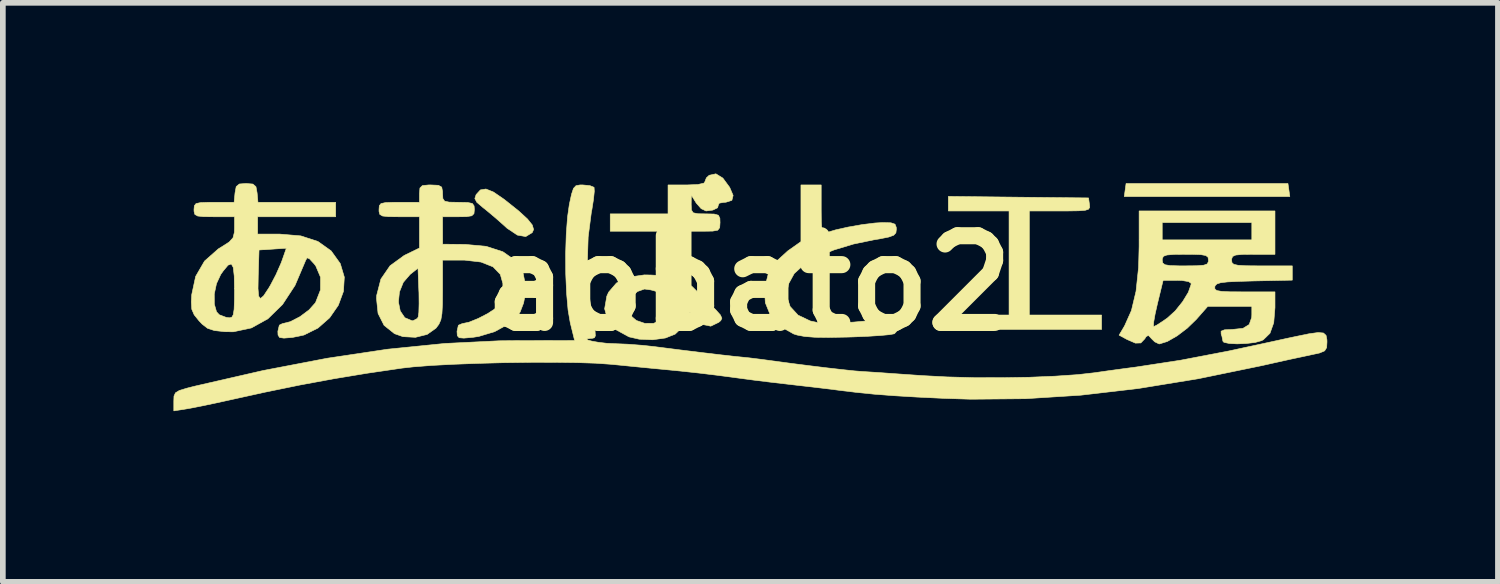
<source format=kicad_pcb>
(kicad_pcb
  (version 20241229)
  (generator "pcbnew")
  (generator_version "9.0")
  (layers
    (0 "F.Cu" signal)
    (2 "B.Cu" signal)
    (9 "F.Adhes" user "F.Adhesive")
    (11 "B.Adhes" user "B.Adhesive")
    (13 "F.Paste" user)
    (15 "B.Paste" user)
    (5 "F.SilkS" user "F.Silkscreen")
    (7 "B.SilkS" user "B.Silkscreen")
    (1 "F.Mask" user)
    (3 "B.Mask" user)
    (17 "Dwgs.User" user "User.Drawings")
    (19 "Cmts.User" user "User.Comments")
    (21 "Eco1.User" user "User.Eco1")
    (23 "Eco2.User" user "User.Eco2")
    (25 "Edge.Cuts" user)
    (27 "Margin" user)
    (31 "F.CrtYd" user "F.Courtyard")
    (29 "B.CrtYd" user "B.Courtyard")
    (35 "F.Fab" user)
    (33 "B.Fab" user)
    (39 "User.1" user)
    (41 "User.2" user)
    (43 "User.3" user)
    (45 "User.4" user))
  (footprint "aobato2"
    (layer "F.Cu")
    (at 10.114 1.928)
    (property "Reference" "aobato2" (at 0 0 0) (layer "F.SilkS") (effects (font (size 1.524 1.524) (thickness 0.3))))
    (attr through_hole)
    (fp_poly (pts (xy 9.507 -1.524) (xy 6.597 -1.524) (xy 6.613 -1.638) (xy 6.629 -1.753) (xy 9.474 -1.753) (xy 9.507 -1.524)) (stroke (width 0.01) (type solid)) (fill yes) (layer "F.SilkS"))
    (fp_poly (pts (xy 4.737 -1.512) (xy 5.969 -1.499) (xy 5.985 -1.384) (xy 5.989 -1.334) (xy 5.969 -1.301) (xy 5.911 -1.282) (xy 5.794 -1.273) (xy 5.604 -1.27) (xy 5.465 -1.27) (xy 4.928 -1.27) (xy 4.928 0.559) (xy 6.198 0.559) (xy 6.198 0.813) (xy 3.302 0.813) (xy 3.302 0.559) (xy 4.572 0.559) (xy 4.572 -1.27) (xy 3.505 -1.27) (xy 3.505 -1.526) (xy 4.737 -1.512)) (stroke (width 0.01) (type solid)) (fill yes) (layer "F.SilkS"))
    (fp_poly (pts (xy -4.489 -1.602) (xy -4.304 -1.475) (xy -4.281 -1.457) (xy -4.048 -1.271) (xy -3.893 -1.129) (xy -3.808 -1.023) (xy -3.785 -0.944) (xy -3.809 -0.89) (xy -3.923 -0.82) (xy -4.071 -0.846) (xy -4.252 -0.967) (xy -4.293 -1.005) (xy -4.45 -1.144) (xy -4.612 -1.28) (xy -4.674 -1.329) (xy -4.783 -1.422) (xy -4.818 -1.489) (xy -4.795 -1.558) (xy -4.72 -1.64) (xy -4.623 -1.656) (xy -4.489 -1.602)) (stroke (width 0.01) (type solid)) (fill yes) (layer "F.SilkS"))
    (fp_poly (pts (xy 1.27 -1.29) (xy 1.272 -1.079) (xy 1.28 -0.953) (xy 1.298 -0.892) (xy 1.331 -0.88) (xy 1.359 -0.888) (xy 1.521 -0.937) (xy 1.744 -0.987) (xy 1.989 -1.03) (xy 2.214 -1.058) (xy 2.349 -1.066) (xy 2.496 -1.062) (xy 2.567 -1.038) (xy 2.589 -0.983) (xy 2.591 -0.947) (xy 2.583 -0.885) (xy 2.544 -0.843) (xy 2.455 -0.811) (xy 2.295 -0.779) (xy 2.197 -0.763) (xy 1.839 -0.689) (xy 1.495 -0.585) (xy 1.196 -0.464) (xy 0.995 -0.351) (xy 0.796 -0.17) (xy 0.687 0.028) (xy 0.664 0.227) (xy 0.724 0.41) (xy 0.863 0.561) (xy 1.079 0.664) (xy 1.198 0.689) (xy 1.356 0.7) (xy 1.579 0.698) (xy 1.834 0.684) (xy 2.001 0.669) (xy 2.229 0.648) (xy 2.42 0.636) (xy 2.551 0.633) (xy 2.597 0.639) (xy 2.64 0.715) (xy 2.624 0.815) (xy 2.558 0.887) (xy 2.553 0.889) (xy 2.472 0.904) (xy 2.31 0.919) (xy 2.089 0.933) (xy 1.828 0.944) (xy 1.727 0.947) (xy 1.401 0.953) (xy 1.158 0.95) (xy 0.979 0.936) (xy 0.847 0.911) (xy 0.787 0.892) (xy 0.546 0.757) (xy 0.379 0.568) (xy 0.288 0.343) (xy 0.273 0.098) (xy 0.336 -0.149) (xy 0.478 -0.381) (xy 0.682 -0.567) (xy 0.914 -0.731) (xy 0.914 -1.727) (xy 1.27 -1.727) (xy 1.27 -1.29)) (stroke (width 0.01) (type solid)) (fill yes) (layer "F.SilkS"))
    (fp_poly (pts (xy -0.459 -1.848) (xy -0.339 -1.685) (xy -0.278 -1.543) (xy -0.3 -1.457) (xy -0.406 -1.423) (xy -0.438 -1.422) (xy -0.522 -1.407) (xy -0.537 -1.377) (xy -0.551 -1.326) (xy -0.636 -1.285) (xy -0.754 -1.27) (xy -0.839 -1.31) (xy -0.924 -1.406) (xy -0.927 -1.41) (xy -1.013 -1.549) (xy -1.015 -1.384) (xy -1.011 -1.287) (xy -0.98 -1.238) (xy -0.896 -1.221) (xy -0.762 -1.219) (xy -0.612 -1.216) (xy -0.537 -1.195) (xy -0.511 -1.142) (xy -0.508 -1.067) (xy -0.514 -0.977) (xy -0.548 -0.932) (xy -0.637 -0.916) (xy -0.762 -0.914) (xy -1.016 -0.914) (xy -1.016 0.042) (xy -0.724 0.327) (xy -0.581 0.469) (xy -0.501 0.559) (xy -0.476 0.616) (xy -0.495 0.657) (xy -0.53 0.687) (xy -0.671 0.755) (xy -0.802 0.728) (xy -0.914 0.635) (xy -1.034 0.508) (xy -1.109 0.665) (xy -1.196 0.798) (xy -1.297 0.895) (xy -1.469 0.963) (xy -1.693 0.994) (xy -1.929 0.984) (xy -2.108 0.943) (xy -2.337 0.818) (xy -2.481 0.649) (xy -2.537 0.448) (xy -2.533 0.429) (xy -2.134 0.429) (xy -2.09 0.56) (xy -1.979 0.655) (xy -1.83 0.706) (xy -1.674 0.705) (xy -1.542 0.643) (xy -1.501 0.598) (xy -1.44 0.459) (xy -1.422 0.349) (xy -1.446 0.242) (xy -1.535 0.176) (xy -1.582 0.157) (xy -1.723 0.118) (xy -1.836 0.102) (xy -1.961 0.146) (xy -2.07 0.254) (xy -2.13 0.39) (xy -2.134 0.429) (xy -2.533 0.429) (xy -2.498 0.227) (xy -2.466 0.157) (xy -2.328 -0.004) (xy -2.114 -0.106) (xy -1.838 -0.146) (xy -1.723 -0.144) (xy -1.422 -0.127) (xy -1.422 -0.521) (xy -1.422 -0.914) (xy -2.438 -0.914) (xy -2.438 -1.219) (xy -1.422 -1.219) (xy -1.422 -1.727) (xy -1.092 -1.727) (xy -0.897 -1.735) (xy -0.792 -1.759) (xy -0.775 -1.783) (xy -0.748 -1.852) (xy -0.699 -1.897) (xy -0.581 -1.923) (xy -0.459 -1.848)) (stroke (width 0.01) (type solid)) (fill yes) (layer "F.SilkS"))
    (fp_poly (pts (xy -5.458 -1.721) (xy -5.4 -1.689) (xy -5.385 -1.608) (xy -5.385 -1.575) (xy -5.38 -1.488) (xy -5.349 -1.442) (xy -5.268 -1.425) (xy -5.11 -1.422) (xy -5.105 -1.422) (xy -4.945 -1.419) (xy -4.862 -1.402) (xy -4.831 -1.359) (xy -4.826 -1.295) (xy -4.833 -1.223) (xy -4.872 -1.185) (xy -4.966 -1.17) (xy -5.105 -1.168) (xy -5.385 -1.168) (xy -5.384 -0.686) (xy -4.986 -0.682) (xy -4.618 -0.648) (xy -4.325 -0.553) (xy -4.108 -0.401) (xy -3.973 -0.195) (xy -3.923 0.063) (xy -3.927 0.169) (xy -3.961 0.348) (xy -4.022 0.506) (xy -4.049 0.55) (xy -4.225 0.717) (xy -4.469 0.851) (xy -4.748 0.935) (xy -4.851 0.951) (xy -5.011 0.965) (xy -5.094 0.958) (xy -5.126 0.922) (xy -5.131 0.847) (xy -5.131 0.845) (xy -5.107 0.739) (xy -5.042 0.711) (xy -4.92 0.685) (xy -4.757 0.619) (xy -4.589 0.532) (xy -4.45 0.44) (xy -4.373 0.363) (xy -4.326 0.199) (xy -4.325 0.005) (xy -4.37 -0.155) (xy -4.498 -0.288) (xy -4.71 -0.372) (xy -5.001 -0.406) (xy -5.052 -0.406) (xy -5.385 -0.406) (xy -5.385 0.124) (xy -5.387 0.368) (xy -5.396 0.533) (xy -5.415 0.643) (xy -5.45 0.722) (xy -5.501 0.79) (xy -5.656 0.9) (xy -5.862 0.951) (xy -6.082 0.939) (xy -6.23 0.887) (xy -6.413 0.741) (xy -6.519 0.531) (xy -6.54 0.329) (xy -6.161 0.329) (xy -6.129 0.488) (xy -6.049 0.606) (xy -5.923 0.659) (xy -5.904 0.66) (xy -5.829 0.62) (xy -5.813 0.592) (xy -5.802 0.511) (xy -5.798 0.359) (xy -5.8 0.166) (xy -5.802 0.13) (xy -5.817 -0.264) (xy -5.955 -0.155) (xy -6.075 -0.016) (xy -6.143 0.153) (xy -6.161 0.329) (xy -6.54 0.329) (xy -6.546 0.265) (xy -6.543 0.213) (xy -6.469 -0.073) (xy -6.308 -0.307) (xy -6.061 -0.487) (xy -6.021 -0.507) (xy -5.791 -0.619) (xy -5.791 -1.168) (xy -6.147 -1.168) (xy -6.333 -1.17) (xy -6.439 -1.181) (xy -6.488 -1.209) (xy -6.502 -1.262) (xy -6.502 -1.295) (xy -6.497 -1.362) (xy -6.467 -1.4) (xy -6.389 -1.417) (xy -6.242 -1.422) (xy -6.147 -1.422) (xy -5.791 -1.422) (xy -5.791 -1.575) (xy -5.783 -1.673) (xy -5.74 -1.716) (xy -5.632 -1.727) (xy -5.588 -1.727) (xy -5.458 -1.721)) (stroke (width 0.01) (type solid)) (fill yes) (layer "F.SilkS"))
    (fp_poly (pts (xy -8.719 -1.743) (xy -8.665 -1.696) (xy -8.645 -1.587) (xy -8.63 -1.422) (xy -7.264 -1.422) (xy -7.264 -1.168) (xy -8.636 -1.168) (xy -8.636 -0.864) (xy -8.253 -0.864) (xy -7.877 -0.832) (xy -7.576 -0.734) (xy -7.344 -0.569) (xy -7.183 -0.345) (xy -7.112 -0.107) (xy -7.127 0.143) (xy -7.217 0.387) (xy -7.37 0.608) (xy -7.576 0.789) (xy -7.822 0.911) (xy -8.023 0.953) (xy -8.174 0.965) (xy -8.25 0.954) (xy -8.277 0.911) (xy -8.28 0.845) (xy -8.254 0.737) (xy -8.202 0.711) (xy -8.061 0.676) (xy -7.891 0.588) (xy -7.732 0.469) (xy -7.621 0.345) (xy -7.618 0.341) (xy -7.531 0.118) (xy -7.53 -0.106) (xy -7.614 -0.304) (xy -7.642 -0.34) (xy -7.724 -0.429) (xy -7.766 -0.446) (xy -7.794 -0.397) (xy -7.8 -0.381) (xy -7.978 0.038) (xy -8.198 0.374) (xy -8.455 0.625) (xy -8.745 0.786) (xy -9.063 0.854) (xy -9.213 0.852) (xy -9.395 0.832) (xy -9.515 0.793) (xy -9.612 0.718) (xy -9.665 0.662) (xy -9.751 0.555) (xy -9.793 0.458) (xy -9.801 0.329) (xy -9.794 0.201) (xy -9.792 0.191) (xy -9.398 0.191) (xy -9.397 0.367) (xy -9.358 0.503) (xy -9.309 0.555) (xy -9.189 0.6) (xy -9.131 0.608) (xy -9.09 0.598) (xy -9.064 0.554) (xy -9.049 0.458) (xy -9.043 0.291) (xy -9.042 0.123) (xy -9.043 0.095) (xy -8.629 0.095) (xy -8.618 0.228) (xy -8.586 0.269) (xy -8.53 0.221) (xy -8.442 0.088) (xy -8.41 0.034) (xy -8.313 -0.151) (xy -8.226 -0.348) (xy -8.207 -0.398) (xy -8.131 -0.615) (xy -8.611 -0.584) (xy -8.625 -0.135) (xy -8.629 0.095) (xy -9.043 0.095) (xy -9.047 -0.125) (xy -9.064 -0.277) (xy -9.099 -0.339) (xy -9.156 -0.317) (xy -9.24 -0.216) (xy -9.284 -0.154) (xy -9.359 0.007) (xy -9.398 0.191) (xy -9.792 0.191) (xy -9.725 -0.12) (xy -9.569 -0.389) (xy -9.327 -0.603) (xy -9.272 -0.637) (xy -9.136 -0.724) (xy -9.068 -0.799) (xy -9.044 -0.896) (xy -9.042 -0.97) (xy -9.042 -1.168) (xy -9.398 -1.168) (xy -9.584 -1.17) (xy -9.69 -1.181) (xy -9.739 -1.209) (xy -9.753 -1.262) (xy -9.754 -1.295) (xy -9.748 -1.362) (xy -9.718 -1.4) (xy -9.639 -1.417) (xy -9.491 -1.422) (xy -9.401 -1.422) (xy -9.049 -1.422) (xy -9.033 -1.587) (xy -9.012 -1.699) (xy -8.957 -1.744) (xy -8.839 -1.753) (xy -8.719 -1.743)) (stroke (width 0.01) (type solid)) (fill yes) (layer "F.SilkS"))
    (fp_poly (pts (xy 9.246 -0.508) (xy 8.865 -0.508) (xy 8.67 -0.506) (xy 8.556 -0.495) (xy 8.501 -0.47) (xy 8.484 -0.425) (xy 8.484 -0.406) (xy 8.49 -0.361) (xy 8.522 -0.332) (xy 8.598 -0.315) (xy 8.734 -0.307) (xy 8.95 -0.305) (xy 9.017 -0.305) (xy 9.55 -0.305) (xy 9.55 -0.054) (xy 8.878 -0.04) (xy 8.602 -0.032) (xy 8.412 -0.023) (xy 8.292 -0.009) (xy 8.225 0.013) (xy 8.194 0.044) (xy 8.188 0.064) (xy 8.19 0.103) (xy 8.224 0.129) (xy 8.308 0.144) (xy 8.458 0.151) (xy 8.692 0.152) (xy 8.708 0.152) (xy 9.246 0.152) (xy 9.246 0.429) (xy 9.224 0.695) (xy 9.158 0.88) (xy 9.041 0.994) (xy 9.009 1.01) (xy 8.898 1.041) (xy 8.746 1.059) (xy 8.583 1.066) (xy 8.441 1.059) (xy 8.349 1.039) (xy 8.331 1.02) (xy 8.314 0.935) (xy 8.3 0.893) (xy 8.299 0.843) (xy 8.358 0.819) (xy 8.493 0.813) (xy 8.684 0.793) (xy 8.793 0.726) (xy 8.837 0.601) (xy 8.839 0.549) (xy 8.839 0.406) (xy 8.065 0.406) (xy 7.862 0.637) (xy 7.703 0.791) (xy 7.525 0.926) (xy 7.354 1.024) (xy 7.219 1.066) (xy 7.209 1.067) (xy 7.132 1.03) (xy 7.079 0.978) (xy 7.022 0.917) (xy 6.982 0.938) (xy 6.957 0.978) (xy 6.888 1.05) (xy 6.793 1.053) (xy 6.646 0.989) (xy 6.644 0.988) (xy 6.506 0.913) (xy 6.599 0.756) (xy 7.11 0.756) (xy 7.115 0.762) (xy 7.171 0.735) (xy 7.28 0.664) (xy 7.357 0.61) (xy 7.494 0.485) (xy 7.623 0.324) (xy 7.723 0.16) (xy 7.771 0.024) (xy 7.772 0.002) (xy 7.727 -0.029) (xy 7.61 -0.048) (xy 7.526 -0.051) (xy 7.28 -0.051) (xy 7.181 0.356) (xy 7.139 0.542) (xy 7.114 0.683) (xy 7.11 0.756) (xy 6.599 0.756) (xy 6.603 0.749) (xy 6.723 0.48) (xy 6.804 0.141) (xy 6.848 -0.276) (xy 6.852 -0.406) (xy 7.264 -0.406) (xy 7.273 -0.356) (xy 7.312 -0.325) (xy 7.402 -0.31) (xy 7.564 -0.305) (xy 7.671 -0.305) (xy 7.873 -0.307) (xy 7.995 -0.317) (xy 8.055 -0.339) (xy 8.076 -0.38) (xy 8.077 -0.406) (xy 8.069 -0.457) (xy 8.03 -0.487) (xy 7.94 -0.503) (xy 7.778 -0.508) (xy 7.671 -0.508) (xy 7.468 -0.506) (xy 7.347 -0.496) (xy 7.286 -0.474) (xy 7.266 -0.433) (xy 7.264 -0.406) (xy 6.852 -0.406) (xy 6.858 -0.646) (xy 6.858 -1.067) (xy 7.264 -1.067) (xy 7.264 -0.762) (xy 8.839 -0.762) (xy 8.839 -1.067) (xy 7.264 -1.067) (xy 6.858 -1.067) (xy 6.858 -1.27) (xy 9.246 -1.27) (xy 9.246 -0.508)) (stroke (width 0.01) (type solid)) (fill yes) (layer "F.SilkS"))
    (fp_poly (pts (xy -2.795 -1.715) (xy -2.724 -1.686) (xy -2.722 -1.683) (xy -2.718 -1.615) (xy -2.732 -1.476) (xy -2.761 -1.291) (xy -2.77 -1.247) (xy -2.826 -0.811) (xy -2.841 -0.331) (xy -2.817 0.145) (xy -2.769 0.491) (xy -2.727 0.711) (xy -2.704 0.849) (xy -2.7 0.926) (xy -2.717 0.959) (xy -2.753 0.968) (xy -2.781 0.969) (xy -2.85 0.979) (xy -2.838 0.997) (xy -2.762 1.018) (xy -2.644 1.039) (xy -2.5 1.056) (xy -2.352 1.063) (xy -2.129 1.072) (xy -1.868 1.092) (xy -1.666 1.114) (xy -1.179 1.176) (xy -0.786 1.224) (xy -0.483 1.26) (xy -0.261 1.285) (xy -0.161 1.295) (xy 0.006 1.312) (xy 0.223 1.339) (xy 0.423 1.366) (xy 0.735 1.408) (xy 1.056 1.449) (xy 1.365 1.487) (xy 1.638 1.518) (xy 1.854 1.541) (xy 1.981 1.551) (xy 2.09 1.558) (xy 2.279 1.57) (xy 2.529 1.588) (xy 2.817 1.608) (xy 3.048 1.624) (xy 3.48 1.647) (xy 3.954 1.66) (xy 4.445 1.661) (xy 4.928 1.653) (xy 5.381 1.634) (xy 5.779 1.607) (xy 6.071 1.574) (xy 6.316 1.539) (xy 6.595 1.501) (xy 6.807 1.473) (xy 7.59 1.353) (xy 8.435 1.191) (xy 8.661 1.142) (xy 8.937 1.083) (xy 9.213 1.023) (xy 9.454 0.97) (xy 9.601 0.939) (xy 9.843 0.889) (xy 10.003 0.867) (xy 10.098 0.875) (xy 10.144 0.917) (xy 10.159 0.994) (xy 10.16 1.033) (xy 10.154 1.132) (xy 10.119 1.189) (xy 10.031 1.226) (xy 9.893 1.256) (xy 9.735 1.29) (xy 9.51 1.338) (xy 9.249 1.396) (xy 9.017 1.448) (xy 7.896 1.679) (xy 6.841 1.851) (xy 5.834 1.968) (xy 4.859 2.03) (xy 3.899 2.039) (xy 3.429 2.024) (xy 2.949 2.001) (xy 2.547 1.977) (xy 2.196 1.95) (xy 1.873 1.917) (xy 1.6 1.884) (xy 1.389 1.857) (xy 1.12 1.825) (xy 0.839 1.793) (xy 0.711 1.778) (xy 0.416 1.744) (xy 0.091 1.704) (xy -0.21 1.664) (xy -0.305 1.651) (xy -0.565 1.617) (xy -0.88 1.579) (xy -1.203 1.544) (xy -1.397 1.525) (xy -1.691 1.497) (xy -2 1.467) (xy -2.281 1.439) (xy -2.438 1.424) (xy -2.694 1.406) (xy -3.03 1.395) (xy -3.426 1.39) (xy -3.861 1.391) (xy -4.314 1.397) (xy -4.765 1.409) (xy -5.193 1.425) (xy -5.578 1.445) (xy -5.899 1.47) (xy -6.096 1.492) (xy -6.716 1.583) (xy -7.301 1.68) (xy -7.885 1.788) (xy -8.5 1.914) (xy -9.144 2.056) (xy -9.39 2.11) (xy -9.624 2.159) (xy -9.812 2.196) (xy -9.893 2.21) (xy -10.109 2.244) (xy -10.109 2.072) (xy -10.106 1.984) (xy -10.08 1.927) (xy -10.013 1.886) (xy -9.883 1.846) (xy -9.741 1.81) (xy -8.541 1.535) (xy -7.414 1.319) (xy -6.352 1.16) (xy -5.346 1.059) (xy -4.387 1.012) (xy -4.085 1.009) (xy -3.064 1.007) (xy -3.141 0.694) (xy -3.179 0.472) (xy -3.205 0.177) (xy -3.22 -0.162) (xy -3.222 -0.518) (xy -3.211 -0.863) (xy -3.188 -1.167) (xy -3.157 -1.384) (xy -3.118 -1.565) (xy -3.084 -1.667) (xy -3.04 -1.714) (xy -2.97 -1.727) (xy -2.918 -1.727) (xy -2.795 -1.715)) (stroke (width 0.01) (type solid)) (fill yes) (layer "F.SilkS")))
  (gr_rect
    (start -3 -3)
    (end 23.279 7.177)
    (stroke (width 0.1) (type default))
    (fill no)
    (layer "Edge.Cuts")))
</source>
